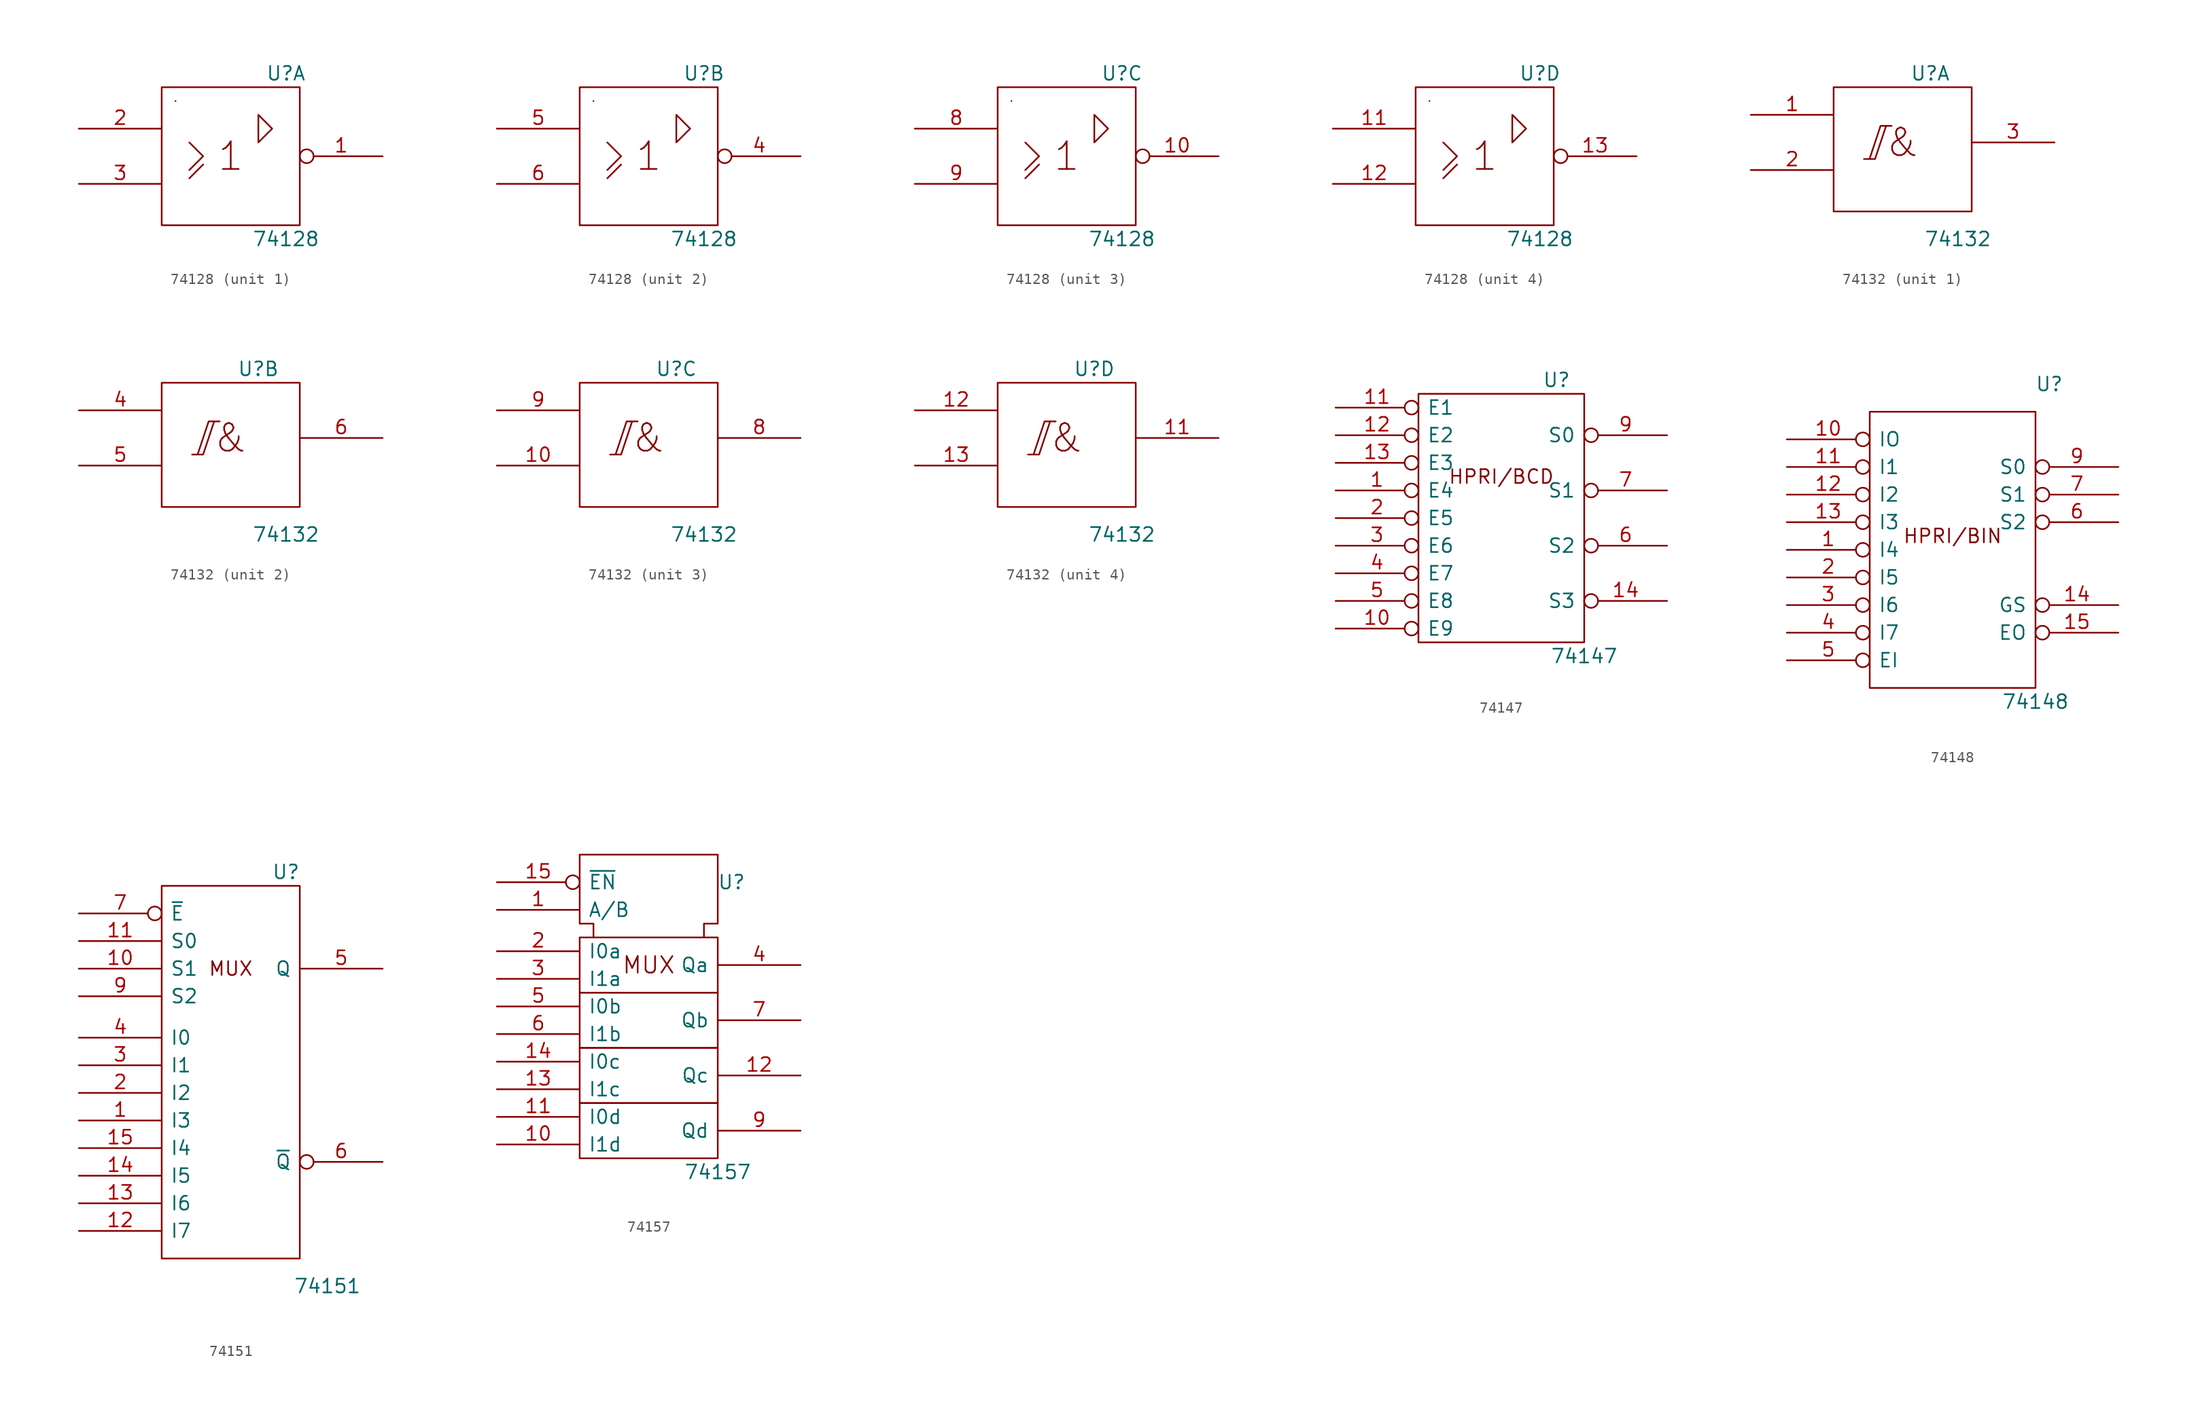
<source format=kicad_sym>
(kicad_symbol_lib
  (version 20201005)
  (generator kicad_symbol_editor)
  (symbol "74128"
    (pin_names
      (offset 0.762))
    (property "Reference" "U"
      (at 5.08 7.62 0)
      (effects (font (size 1.27 1.27))))
    (property "Value" "74128"
      (at 5.08 -7.62 0)
      (effects (font (size 1.27 1.27))))
    (symbol "74128_0_0"
      (text "1" (at 0 0 0) (effects (font (size 2.54 2.54))))
      (rectangle (start -5.08 5.08) (end -5.08 5.08) (stroke (width 0)) (fill (type none)))
      (polyline (pts (xy 2.54 3.81) (xy 2.54 1.27) (xy 3.81 2.54) (xy 2.54 3.81) (xy 2.54 3.81)) (stroke (width 0)) (fill (type none)))
      (polyline (pts (xy -3.81 -2.032) (xy -2.54 -0.762) (xy -2.54 -0.762)) (stroke (width 0)) (fill (type none)))
      (polyline (pts (xy -3.81 1.27) (xy -2.54 0) (xy -3.81 -1.27) (xy -3.81 -1.27)) (stroke (width 0)) (fill (type none)))
      (pin power_in line (at 0 6.35 270) (length 0) hide (name "VCC" (effects (font (size 1.27 1.27)))) (number "14" (effects (font (size 1.27 1.27)))))
      (pin power_in line (at 0 -6.35 90) (length 0) hide (name "GND" (effects (font (size 1.27 1.27)))) (number "7" (effects (font (size 1.27 1.27))))))
    (symbol "74128_0_1"
      (rectangle (start -6.35 6.35) (end 6.35 -6.35) (stroke (width 0)) (fill (type none))))
    (symbol "74128_1_1"
      (pin output inverted (at 13.97 0 180) (length 7.62) (name "~" (effects (font (size 1.27 1.27)))) (number "1" (effects (font (size 1.27 1.27)))))
      (pin input line (at -13.97 -2.54 0) (length 7.62) (name "~" (effects (font (size 1.27 1.27)))) (number "3" (effects (font (size 1.27 1.27)))))
      (pin input line (at -13.97 2.54 0) (length 7.62) (name "~" (effects (font (size 1.27 1.27)))) (number "2" (effects (font (size 1.27 1.27))))))
    (symbol "74128_2_1"
      (pin output inverted (at 13.97 0 180) (length 7.62) (name "~" (effects (font (size 1.27 1.27)))) (number "4" (effects (font (size 1.27 1.27)))))
      (pin input line (at -13.97 -2.54 0) (length 7.62) (name "~" (effects (font (size 1.27 1.27)))) (number "6" (effects (font (size 1.27 1.27)))))
      (pin input line (at -13.97 2.54 0) (length 7.62) (name "~" (effects (font (size 1.27 1.27)))) (number "5" (effects (font (size 1.27 1.27))))))
    (symbol "74128_3_1"
      (pin output inverted (at 13.97 0 180) (length 7.62) (name "~" (effects (font (size 1.27 1.27)))) (number "10" (effects (font (size 1.27 1.27)))))
      (pin input line (at -13.97 -2.54 0) (length 7.62) (name "~" (effects (font (size 1.27 1.27)))) (number "9" (effects (font (size 1.27 1.27)))))
      (pin input line (at -13.97 2.54 0) (length 7.62) (name "~" (effects (font (size 1.27 1.27)))) (number "8" (effects (font (size 1.27 1.27))))))
    (symbol "74128_4_1"
      (pin output inverted (at 13.97 0 180) (length 7.62) (name "~" (effects (font (size 1.27 1.27)))) (number "13" (effects (font (size 1.27 1.27)))))
      (pin input line (at -13.97 -2.54 0) (length 7.62) (name "~" (effects (font (size 1.27 1.27)))) (number "12" (effects (font (size 1.27 1.27)))))
      (pin input line (at -13.97 2.54 0) (length 7.62) (name "~" (effects (font (size 1.27 1.27)))) (number "11" (effects (font (size 1.27 1.27)))))))
  (symbol "74132"
    (pin_names
      (offset 0.762))
    (property "Reference" "U"
      (at 2.54 6.35 0)
      (effects (font (size 1.27 1.27))))
    (property "Value" "74132"
      (at 5.08 -8.89 0)
      (effects (font (size 1.27 1.27))))
    (symbol "74132_0_0"
      (polyline (pts (xy -3.556 -1.524) (xy -2.54 -1.524) (xy -1.524 1.524) (xy -1.016 1.524) (xy -2.032 1.524) (xy -3.048 -1.524) (xy -3.048 -1.524)) (stroke (width 0)) (fill (type none))))
    (symbol "74132_0_1"
      (text "&" (at 0 0 0) (effects (font (size 2.54 2.54))))
      (rectangle (start -6.35 5.08) (end 6.35 -6.35) (stroke (width 0)) (fill (type none)))
      (pin power_in line (at 0 5.08 270) (length 0) hide (name "Vcc" (effects (font (size 1.27 1.27)))) (number "14" (effects (font (size 1.27 1.27)))))
      (pin power_in line (at 0 -6.35 90) (length 0) hide (name "Gnd" (effects (font (size 1.27 1.27)))) (number "7" (effects (font (size 1.27 1.27))))))
    (symbol "74132_1_1"
      (pin output line (at 13.97 0 180) (length 7.62) (name "~" (effects (font (size 1.27 1.27)))) (number "3" (effects (font (size 1.27 1.27)))))
      (pin input line (at -13.97 -2.54 0) (length 7.62) (name "~" (effects (font (size 1.27 1.27)))) (number "2" (effects (font (size 1.27 1.27)))))
      (pin input line (at -13.97 2.54 0) (length 7.62) (name "~" (effects (font (size 1.27 1.27)))) (number "1" (effects (font (size 1.27 1.27))))))
    (symbol "74132_2_1"
      (pin output line (at 13.97 0 180) (length 7.62) (name "~" (effects (font (size 1.27 1.27)))) (number "6" (effects (font (size 1.27 1.27)))))
      (pin input line (at -13.97 -2.54 0) (length 7.62) (name "~" (effects (font (size 1.27 1.27)))) (number "5" (effects (font (size 1.27 1.27)))))
      (pin input line (at -13.97 2.54 0) (length 7.62) (name "~" (effects (font (size 1.27 1.27)))) (number "4" (effects (font (size 1.27 1.27))))))
    (symbol "74132_3_1"
      (pin output line (at 13.97 0 180) (length 7.62) (name "~" (effects (font (size 1.27 1.27)))) (number "8" (effects (font (size 1.27 1.27)))))
      (pin input line (at -13.97 -2.54 0) (length 7.62) (name "~" (effects (font (size 1.27 1.27)))) (number "10" (effects (font (size 1.27 1.27)))))
      (pin input line (at -13.97 2.54 0) (length 7.62) (name "~" (effects (font (size 1.27 1.27)))) (number "9" (effects (font (size 1.27 1.27))))))
    (symbol "74132_4_1"
      (pin output line (at 13.97 0 180) (length 7.62) (name "~" (effects (font (size 1.27 1.27)))) (number "11" (effects (font (size 1.27 1.27)))))
      (pin input line (at -13.97 -2.54 0) (length 7.62) (name "~" (effects (font (size 1.27 1.27)))) (number "13" (effects (font (size 1.27 1.27)))))
      (pin input line (at -13.97 2.54 0) (length 7.62) (name "~" (effects (font (size 1.27 1.27)))) (number "12" (effects (font (size 1.27 1.27)))))))
  (symbol "74147"
    (pin_names
      (offset 0.762))
    (property "Reference" "U"
      (at 5.08 12.7 0)
      (effects (font (size 1.27 1.27))))
    (property "Value" "74147"
      (at 7.62 -12.7 0)
      (effects (font (size 1.27 1.27))))
    (symbol "74147_0_0"
      (text "HPRI/BCD" (at 0 3.81 0) (effects (font (size 1.27 1.27))))
      (pin power_in line (at 0 11.43 270) (length 0) hide (name "VCC" (effects (font (size 1.27 1.27)))) (number "16" (effects (font (size 1.27 1.27)))))
      (pin power_in line (at 0 -11.43 90) (length 0) hide (name "GND" (effects (font (size 1.27 1.27)))) (number "8" (effects (font (size 1.27 1.27))))))
    (symbol "74147_0_1"
      (rectangle (start -7.62 11.43) (end 7.62 -11.43) (stroke (width 0)) (fill (type none))))
    (symbol "74147_1_1"
      (pin output inverted (at 15.24 -7.62 180) (length 7.62) (name "S3" (effects (font (size 1.27 1.27)))) (number "14" (effects (font (size 1.27 1.27)))))
      (pin output inverted (at 15.24 -2.54 180) (length 7.62) (name "S2" (effects (font (size 1.27 1.27)))) (number "6" (effects (font (size 1.27 1.27)))))
      (pin output inverted (at 15.24 2.54 180) (length 7.62) (name "S1" (effects (font (size 1.27 1.27)))) (number "7" (effects (font (size 1.27 1.27)))))
      (pin output inverted (at 15.24 7.62 180) (length 7.62) (name "S0" (effects (font (size 1.27 1.27)))) (number "9" (effects (font (size 1.27 1.27)))))
      (pin input inverted (at -15.24 -10.16 0) (length 7.62) (name "E9" (effects (font (size 1.27 1.27)))) (number "10" (effects (font (size 1.27 1.27)))))
      (pin input inverted (at -15.24 -7.62 0) (length 7.62) (name "E8" (effects (font (size 1.27 1.27)))) (number "5" (effects (font (size 1.27 1.27)))))
      (pin input inverted (at -15.24 -5.08 0) (length 7.62) (name "E7" (effects (font (size 1.27 1.27)))) (number "4" (effects (font (size 1.27 1.27)))))
      (pin input inverted (at -15.24 -2.54 0) (length 7.62) (name "E6" (effects (font (size 1.27 1.27)))) (number "3" (effects (font (size 1.27 1.27)))))
      (pin input inverted (at -15.24 0 0) (length 7.62) (name "E5" (effects (font (size 1.27 1.27)))) (number "2" (effects (font (size 1.27 1.27)))))
      (pin input inverted (at -15.24 2.54 0) (length 7.62) (name "E4" (effects (font (size 1.27 1.27)))) (number "1" (effects (font (size 1.27 1.27)))))
      (pin input inverted (at -15.24 5.08 0) (length 7.62) (name "E3" (effects (font (size 1.27 1.27)))) (number "13" (effects (font (size 1.27 1.27)))))
      (pin input inverted (at -15.24 7.62 0) (length 7.62) (name "E2" (effects (font (size 1.27 1.27)))) (number "12" (effects (font (size 1.27 1.27)))))
      (pin input inverted (at -15.24 10.16 0) (length 7.62) (name "E1" (effects (font (size 1.27 1.27)))) (number "11" (effects (font (size 1.27 1.27)))))))
  (symbol "74148"
    (pin_names
      (offset 0.762))
    (property "Reference" "U"
      (at 8.89 15.24 0)
      (effects (font (size 1.27 1.27))))
    (property "Value" "74148"
      (at 7.62 -13.97 0)
      (effects (font (size 1.27 1.27))))
    (symbol "74148_0_0"
      (text "HPRI/BIN" (at 0 1.27 0) (effects (font (size 1.27 1.27))))
      (rectangle (start -7.62 12.7) (end 7.62 -12.7) (stroke (width 0)) (fill (type none)))
      (pin power_in line (at 0 12.7 270) (length 0) hide (name "VCC" (effects (font (size 1.27 1.27)))) (number "16" (effects (font (size 1.27 1.27)))))
      (pin power_in line (at 0 -12.7 90) (length 0) hide (name "GND" (effects (font (size 1.27 1.27)))) (number "8" (effects (font (size 1.27 1.27))))))
    (symbol "74148_1_1"
      (pin output inverted (at 15.24 -7.62 180) (length 7.62) (name "EO" (effects (font (size 1.27 1.27)))) (number "15" (effects (font (size 1.27 1.27)))))
      (pin output inverted (at 15.24 -5.08 180) (length 7.62) (name "GS" (effects (font (size 1.27 1.27)))) (number "14" (effects (font (size 1.27 1.27)))))
      (pin output inverted (at 15.24 2.54 180) (length 7.62) (name "S2" (effects (font (size 1.27 1.27)))) (number "6" (effects (font (size 1.27 1.27)))))
      (pin output inverted (at 15.24 5.08 180) (length 7.62) (name "S1" (effects (font (size 1.27 1.27)))) (number "7" (effects (font (size 1.27 1.27)))))
      (pin output inverted (at 15.24 7.62 180) (length 7.62) (name "S0" (effects (font (size 1.27 1.27)))) (number "9" (effects (font (size 1.27 1.27)))))
      (pin input inverted (at -15.24 -10.16 0) (length 7.62) (name "EI" (effects (font (size 1.27 1.27)))) (number "5" (effects (font (size 1.27 1.27)))))
      (pin input inverted (at -15.24 -7.62 0) (length 7.62) (name "I7" (effects (font (size 1.27 1.27)))) (number "4" (effects (font (size 1.27 1.27)))))
      (pin input inverted (at -15.24 -5.08 0) (length 7.62) (name "I6" (effects (font (size 1.27 1.27)))) (number "3" (effects (font (size 1.27 1.27)))))
      (pin input inverted (at -15.24 -2.54 0) (length 7.62) (name "I5" (effects (font (size 1.27 1.27)))) (number "2" (effects (font (size 1.27 1.27)))))
      (pin input inverted (at -15.24 0 0) (length 7.62) (name "I4" (effects (font (size 1.27 1.27)))) (number "1" (effects (font (size 1.27 1.27)))))
      (pin input inverted (at -15.24 2.54 0) (length 7.62) (name "I3" (effects (font (size 1.27 1.27)))) (number "13" (effects (font (size 1.27 1.27)))))
      (pin input inverted (at -15.24 5.08 0) (length 7.62) (name "I2" (effects (font (size 1.27 1.27)))) (number "12" (effects (font (size 1.27 1.27)))))
      (pin input inverted (at -15.24 7.62 0) (length 7.62) (name "I1" (effects (font (size 1.27 1.27)))) (number "11" (effects (font (size 1.27 1.27)))))
      (pin input inverted (at -15.24 10.16 0) (length 7.62) (name "IO" (effects (font (size 1.27 1.27)))) (number "10" (effects (font (size 1.27 1.27)))))))
  (symbol "74151"
    (pin_names
      (offset 0.762))
    (property "Reference" "U"
      (at 5.08 17.78 0)
      (effects (font (size 1.27 1.27))))
    (property "Value" "74151"
      (at 8.89 -20.32 0)
      (effects (font (size 1.27 1.27))))
    (symbol "74151_0_0"
      (text "MUX" (at 0 8.89 0) (effects (font (size 1.27 1.27))))
      (rectangle (start -6.35 16.51) (end 6.35 -17.78) (stroke (width 0)) (fill (type none)))
      (pin power_in line (at 0 16.51 270) (length 0) hide (name "VCC" (effects (font (size 1.27 1.27)))) (number "16" (effects (font (size 1.27 1.27)))))
      (pin power_in line (at 0 -17.78 90) (length 0) hide (name "GND" (effects (font (size 1.27 1.27)))) (number "8" (effects (font (size 1.27 1.27))))))
    (symbol "74151_1_1"
      (pin output inverted (at 13.97 -8.89 180) (length 7.62) (name "~Q" (effects (font (size 1.27 1.27)))) (number "6" (effects (font (size 1.27 1.27)))))
      (pin output line (at 13.97 8.89 180) (length 7.62) (name "Q" (effects (font (size 1.27 1.27)))) (number "5" (effects (font (size 1.27 1.27)))))
      (pin input line (at -13.97 -15.24 0) (length 7.62) (name "I7" (effects (font (size 1.27 1.27)))) (number "12" (effects (font (size 1.27 1.27)))))
      (pin input line (at -13.97 -12.7 0) (length 7.62) (name "I6" (effects (font (size 1.27 1.27)))) (number "13" (effects (font (size 1.27 1.27)))))
      (pin input line (at -13.97 -10.16 0) (length 7.62) (name "I5" (effects (font (size 1.27 1.27)))) (number "14" (effects (font (size 1.27 1.27)))))
      (pin input line (at -13.97 -7.62 0) (length 7.62) (name "I4" (effects (font (size 1.27 1.27)))) (number "15" (effects (font (size 1.27 1.27)))))
      (pin input line (at -13.97 -5.08 0) (length 7.62) (name "I3" (effects (font (size 1.27 1.27)))) (number "1" (effects (font (size 1.27 1.27)))))
      (pin input line (at -13.97 -2.54 0) (length 7.62) (name "I2" (effects (font (size 1.27 1.27)))) (number "2" (effects (font (size 1.27 1.27)))))
      (pin input line (at -13.97 0 0) (length 7.62) (name "I1" (effects (font (size 1.27 1.27)))) (number "3" (effects (font (size 1.27 1.27)))))
      (pin input line (at -13.97 2.54 0) (length 7.62) (name "I0" (effects (font (size 1.27 1.27)))) (number "4" (effects (font (size 1.27 1.27)))))
      (pin input line (at -13.97 6.35 0) (length 7.62) (name "S2" (effects (font (size 1.27 1.27)))) (number "9" (effects (font (size 1.27 1.27)))))
      (pin input line (at -13.97 8.89 0) (length 7.62) (name "S1" (effects (font (size 1.27 1.27)))) (number "10" (effects (font (size 1.27 1.27)))))
      (pin input line (at -13.97 11.43 0) (length 7.62) (name "S0" (effects (font (size 1.27 1.27)))) (number "11" (effects (font (size 1.27 1.27)))))
      (pin input inverted (at -13.97 13.97 0) (length 7.62) (name "~E" (effects (font (size 1.27 1.27)))) (number "7" (effects (font (size 1.27 1.27)))))))
  (symbol "74157"
    (pin_names
      (offset 0.762))
    (property "Reference" "U"
      (at 7.62 10.16 0)
      (effects (font (size 1.27 1.27))))
    (property "Value" "74157"
      (at 6.35 -16.51 0)
      (effects (font (size 1.27 1.27))))
    (symbol "74157_0_0"
      (text "MUX" (at 0 2.54 0) (effects (font (size 1.524 1.524))))
      (rectangle (start -6.35 -10.16) (end 6.35 -15.24) (stroke (width 0)) (fill (type none)))
      (rectangle (start -6.35 -5.08) (end 6.35 -10.16) (stroke (width 0)) (fill (type none)))
      (rectangle (start -6.35 0) (end 6.35 -5.08) (stroke (width 0)) (fill (type none)))
      (rectangle (start -6.35 5.08) (end 6.35 0) (stroke (width 0)) (fill (type none)))
      (polyline (pts (xy -5.08 5.08) (xy -5.08 6.35) (xy -6.35 6.35) (xy -6.35 12.7) (xy 6.35 12.7) (xy 6.35 6.35) (xy 5.08 6.35) (xy 5.08 5.08) (xy 5.08 5.08)) (stroke (width 0)) (fill (type none)))
      (pin power_in line (at 0 12.7 270) (length 0) hide (name "GND" (effects (font (size 1.27 1.27)))) (number "8" (effects (font (size 1.27 1.27)))))
      (pin power_in line (at 3.81 12.7 270) (length 0) hide (name "VCC" (effects (font (size 1.27 1.27)))) (number "16" (effects (font (size 1.27 1.27))))))
    (symbol "74157_1_1"
      (pin output line (at 13.97 -12.7 180) (length 7.62) (name "Qd" (effects (font (size 1.27 1.27)))) (number "9" (effects (font (size 1.27 1.27)))))
      (pin output line (at 13.97 -7.62 180) (length 7.62) (name "Qc" (effects (font (size 1.27 1.27)))) (number "12" (effects (font (size 1.27 1.27)))))
      (pin output line (at 13.97 -2.54 180) (length 7.62) (name "Qb" (effects (font (size 1.27 1.27)))) (number "7" (effects (font (size 1.27 1.27)))))
      (pin output line (at 13.97 2.54 180) (length 7.62) (name "Qa" (effects (font (size 1.27 1.27)))) (number "4" (effects (font (size 1.27 1.27)))))
      (pin input line (at -13.97 -13.97 0) (length 7.62) (name "I1d" (effects (font (size 1.27 1.27)))) (number "10" (effects (font (size 1.27 1.27)))))
      (pin input line (at -13.97 -11.43 0) (length 7.62) (name "I0d" (effects (font (size 1.27 1.27)))) (number "11" (effects (font (size 1.27 1.27)))))
      (pin input line (at -13.97 -8.89 0) (length 7.62) (name "I1c" (effects (font (size 1.27 1.27)))) (number "13" (effects (font (size 1.27 1.27)))))
      (pin input line (at -13.97 -6.35 0) (length 7.62) (name "I0c" (effects (font (size 1.27 1.27)))) (number "14" (effects (font (size 1.27 1.27)))))
      (pin input line (at -13.97 -3.81 0) (length 7.62) (name "I1b" (effects (font (size 1.27 1.27)))) (number "6" (effects (font (size 1.27 1.27)))))
      (pin input line (at -13.97 -1.27 0) (length 7.62) (name "I0b" (effects (font (size 1.27 1.27)))) (number "5" (effects (font (size 1.27 1.27)))))
      (pin input line (at -13.97 1.27 0) (length 7.62) (name "I1a" (effects (font (size 1.27 1.27)))) (number "3" (effects (font (size 1.27 1.27)))))
      (pin input line (at -13.97 3.81 0) (length 7.62) (name "I0a" (effects (font (size 1.27 1.27)))) (number "2" (effects (font (size 1.27 1.27)))))
      (pin input line (at -13.97 7.62 0) (length 7.62) (name "A/B" (effects (font (size 1.27 1.27)))) (number "1" (effects (font (size 1.27 1.27)))))
      (pin input inverted (at -13.97 10.16 0) (length 7.62) (name "~EN" (effects (font (size 1.27 1.27)))) (number "15" (effects (font (size 1.27 1.27))))))))
</source>
